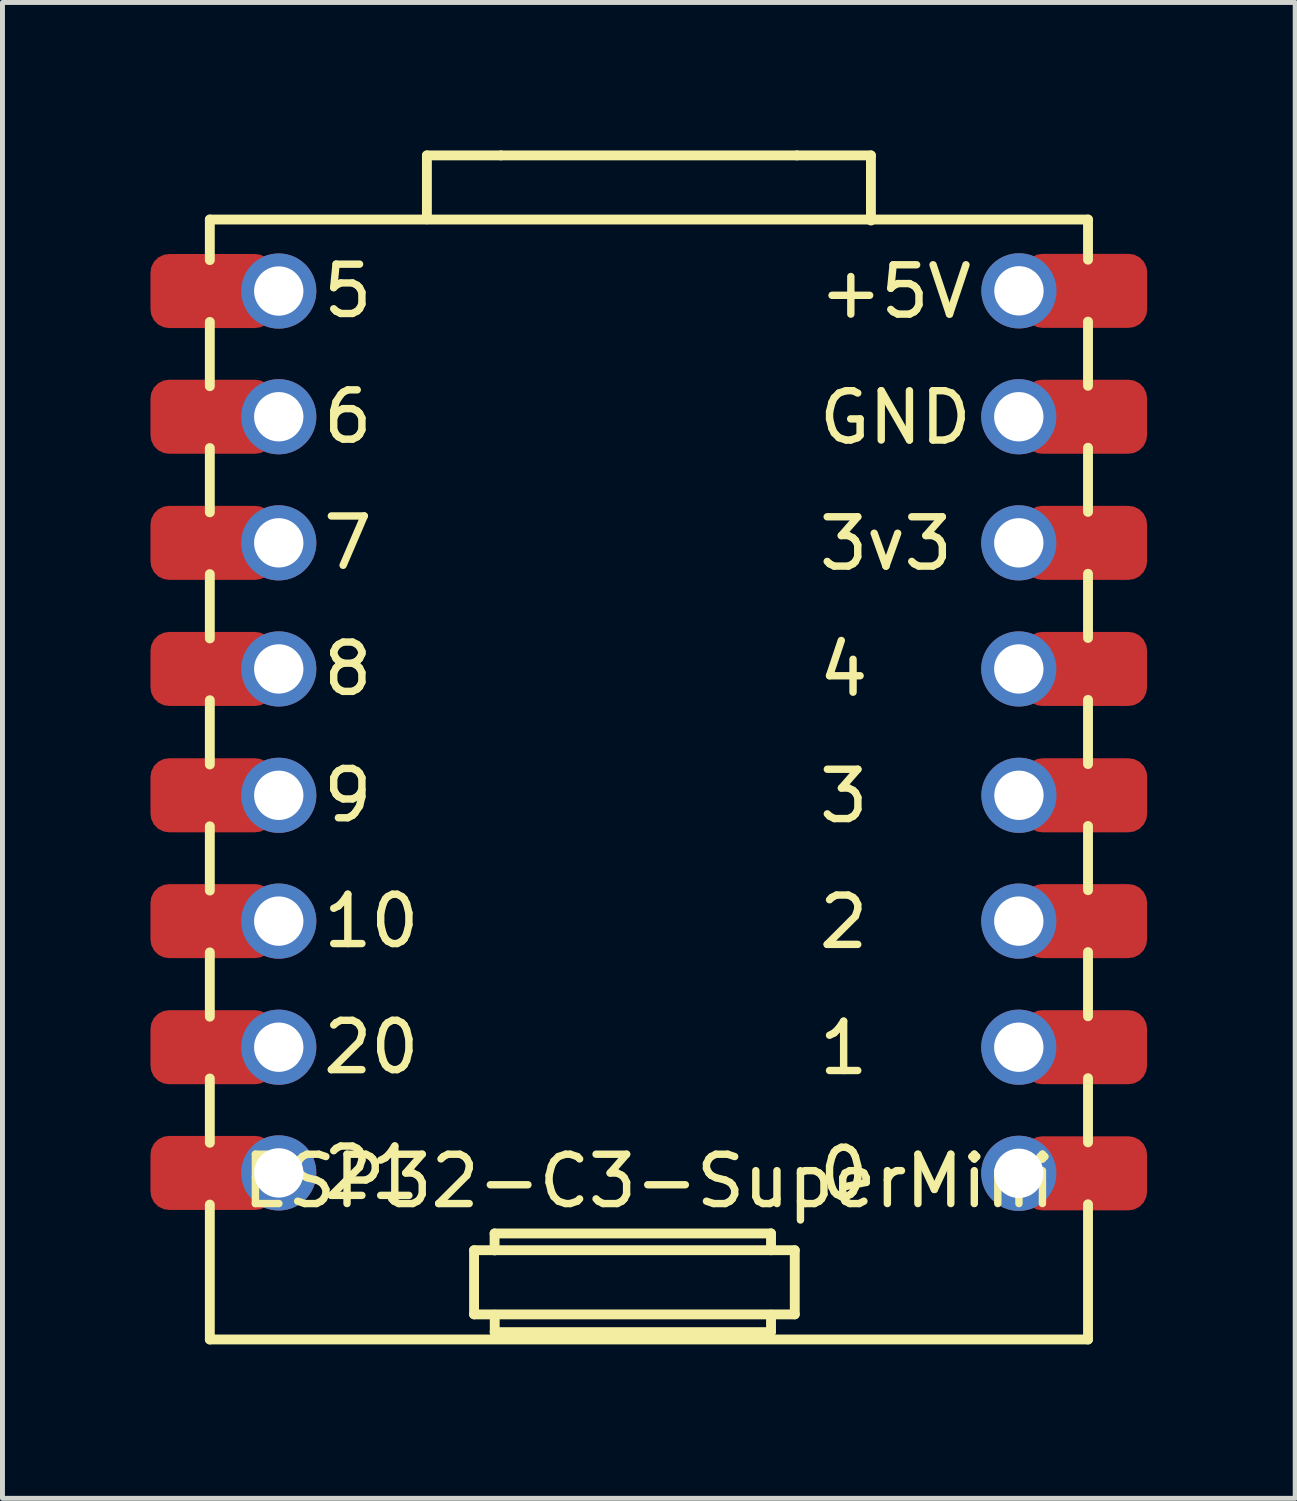
<source format=kicad_pcb>
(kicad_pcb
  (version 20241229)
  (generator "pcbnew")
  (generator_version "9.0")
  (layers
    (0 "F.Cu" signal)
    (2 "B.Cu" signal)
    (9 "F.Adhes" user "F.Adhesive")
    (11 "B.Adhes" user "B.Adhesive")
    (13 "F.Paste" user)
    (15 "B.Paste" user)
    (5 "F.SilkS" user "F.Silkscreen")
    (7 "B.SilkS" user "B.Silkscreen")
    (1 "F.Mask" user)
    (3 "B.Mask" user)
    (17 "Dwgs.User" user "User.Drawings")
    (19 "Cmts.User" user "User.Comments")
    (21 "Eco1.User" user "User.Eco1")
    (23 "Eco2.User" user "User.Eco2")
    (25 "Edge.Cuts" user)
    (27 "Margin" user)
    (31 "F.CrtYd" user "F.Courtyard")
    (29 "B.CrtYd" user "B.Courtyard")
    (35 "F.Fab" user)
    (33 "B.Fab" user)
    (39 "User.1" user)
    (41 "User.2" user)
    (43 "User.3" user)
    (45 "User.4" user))
  (footprint "ESP32-C3-SuperMini"
    (layer "F.Cu")
    (at 10.103 24.07)
    (property "Reference" "ESP32-C3-SuperMini" (at 0 -3.18 0) (unlocked yes) (layer "F.SilkS") (effects (font (size 1 1) (thickness 0.15))))
    (attr through_hole exclude_from_pos_files)
    (fp_line (start -8.9 -22.67) (end 8.9 -22.67) (stroke (width 0.2) (type solid)) (layer "F.SilkS"))
    (fp_line (start -8.9 -21.848) (end -8.9 -22.67) (stroke (width 0.2) (type solid)) (layer "F.SilkS"))
    (fp_line (start -8.9 -19.292) (end -8.9 -20.595) (stroke (width 0.2) (type solid)) (layer "F.SilkS"))
    (fp_line (start -8.9 -16.736) (end -8.9 -18.039) (stroke (width 0.2) (type solid)) (layer "F.SilkS"))
    (fp_line (start -8.9 -14.18) (end -8.9 -15.483) (stroke (width 0.2) (type solid)) (layer "F.SilkS"))
    (fp_line (start -8.9 -11.625) (end -8.9 -12.927) (stroke (width 0.2) (type solid)) (layer "F.SilkS"))
    (fp_line (start -8.9 -9.069) (end -8.9 -10.372) (stroke (width 0.2) (type solid)) (layer "F.SilkS"))
    (fp_line (start -8.9 -6.513) (end -8.9 -7.816) (stroke (width 0.2) (type solid)) (layer "F.SilkS"))
    (fp_line (start -8.9 -3.957) (end -8.9 -5.26) (stroke (width 0.2) (type solid)) (layer "F.SilkS"))
    (fp_line (start -8.9 0.03) (end -8.9 -2.704) (stroke (width 0.2) (type solid)) (layer "F.SilkS"))
    (fp_line (start -4.5 -23.97) (end -3 -23.97) (stroke (width 0.2) (type solid)) (layer "F.SilkS"))
    (fp_line (start -4.5 -22.675) (end -4.5 -23.97) (stroke (width 0.2) (type solid)) (layer "F.SilkS"))
    (fp_line (start -3.544 -1.779) (end 2.956 -1.779) (stroke (width 0.2) (type solid)) (layer "F.SilkS"))
    (fp_line (start -3.544 -0.479) (end -3.544 -1.779) (stroke (width 0.2) (type solid)) (layer "F.SilkS"))
    (fp_line (start -3.128 -2.119) (end 2.472 -2.119) (stroke (width 0.2) (type solid)) (layer "F.SilkS"))
    (fp_line (start -3.128 -1.775) (end -3.128 -2.119) (stroke (width 0.2) (type solid)) (layer "F.SilkS"))
    (fp_line (start -3.125 -0.128) (end -3.125 -0.472) (stroke (width 0.2) (type solid)) (layer "F.SilkS"))
    (fp_line (start -3 -23.97) (end 3 -23.97) (stroke (width 0.2) (type solid)) (layer "F.SilkS"))
    (fp_line (start 2.472 -0.119) (end -3.128 -0.119) (stroke (width 0.2) (type solid)) (layer "F.SilkS"))
    (fp_line (start 2.475 -1.778) (end 2.475 -2.122) (stroke (width 0.2) (type solid)) (layer "F.SilkS"))
    (fp_line (start 2.475 -0.128) (end 2.475 -0.472) (stroke (width 0.2) (type solid)) (layer "F.SilkS"))
    (fp_line (start 2.956 -1.779) (end 2.956 -0.479) (stroke (width 0.2) (type solid)) (layer "F.SilkS"))
    (fp_line (start 2.956 -0.479) (end -3.544 -0.479) (stroke (width 0.2) (type solid)) (layer "F.SilkS"))
    (fp_line (start 3 -23.97) (end 4.5 -23.97) (stroke (width 0.2) (type solid)) (layer "F.SilkS"))
    (fp_line (start 4.5 -23.97) (end 4.5 -22.65) (stroke (width 0.2) (type solid)) (layer "F.SilkS"))
    (fp_line (start 8.9 -22.67) (end 8.9 -21.856) (stroke (width 0.2) (type solid)) (layer "F.SilkS"))
    (fp_line (start 8.9 -20.601) (end 8.9 -19.301) (stroke (width 0.2) (type solid)) (layer "F.SilkS"))
    (fp_line (start 8.9 -18.045) (end 8.9 -16.745) (stroke (width 0.2) (type solid)) (layer "F.SilkS"))
    (fp_line (start 8.9 -15.49) (end 8.9 -14.189) (stroke (width 0.2) (type solid)) (layer "F.SilkS"))
    (fp_line (start 8.9 -12.934) (end 8.9 -11.633) (stroke (width 0.2) (type solid)) (layer "F.SilkS"))
    (fp_line (start 8.9 -10.378) (end 8.9 -9.077) (stroke (width 0.2) (type solid)) (layer "F.SilkS"))
    (fp_line (start 8.9 -7.822) (end 8.9 -6.521) (stroke (width 0.2) (type solid)) (layer "F.SilkS"))
    (fp_line (start 8.9 -5.266) (end 8.9 -3.966) (stroke (width 0.2) (type solid)) (layer "F.SilkS"))
    (fp_line (start 8.9 -2.71) (end 8.9 0.03) (stroke (width 0.2) (type solid)) (layer "F.SilkS"))
    (fp_line (start 8.9 0.03) (end -8.9 0.03) (stroke (width 0.2) (type solid)) (layer "F.SilkS"))
    (fp_text user "5" (at -6.678 -21.221 180) (layer "F.SilkS") (effects (font (size 1 1) (thickness 0.15)) (justify left)))
    (fp_text user "8" (at -6.678 -13.561 180) (layer "F.SilkS") (effects (font (size 1 1) (thickness 0.15)) (justify left)))
    (fp_text user "21" (at -6.678 -3.346 180) (layer "F.SilkS") (effects (font (size 1 1) (thickness 0.15)) (justify left)))
    (fp_text user "+5V" (at 3.375 -20.623 0) (unlocked yes) (layer "F.SilkS") (effects (font (size 1 1) (thickness 0.15)) (justify left bottom)))
    (fp_text user "10" (at -6.678 -8.45 180) (layer "F.SilkS") (effects (font (size 1 1) (thickness 0.15)) (justify left)))
    (fp_text user "4" (at 3.372 -12.96 0) (unlocked yes) (layer "F.SilkS") (effects (font (size 1 1) (thickness 0.15)) (justify left bottom)))
    (fp_text user "20" (at -6.678 -5.894 180) (layer "F.SilkS") (effects (font (size 1 1) (thickness 0.15)) (justify left)))
    (fp_text user "9" (at -6.678 -11 180) (layer "F.SilkS") (effects (font (size 1 1) (thickness 0.15)) (justify left)))
    (fp_text user "0" (at 3.372 -2.736 0) (unlocked yes) (layer "F.SilkS") (effects (font (size 1 1) (thickness 0.15)) (justify left bottom)))
    (fp_text user "3" (at 3.375 -10.398 0) (unlocked yes) (layer "F.SilkS") (effects (font (size 1 1) (thickness 0.15)) (justify left bottom)))
    (fp_text user "7" (at -6.678 -16.117 180) (layer "F.SilkS") (effects (font (size 1 1) (thickness 0.15)) (justify left)))
    (fp_text user "GND" (at 3.372 -18.071 0) (unlocked yes) (layer "F.SilkS") (effects (font (size 1 1) (thickness 0.15)) (justify left bottom)))
    (fp_text user "1" (at 3.372 -5.292 0) (unlocked yes) (layer "F.SilkS") (effects (font (size 1 1) (thickness 0.15)) (justify left bottom)))
    (fp_text user "2" (at 3.372 -7.848 0) (unlocked yes) (layer "F.SilkS") (effects (font (size 1 1) (thickness 0.15)) (justify left bottom)))
    (fp_text user "6" (at -6.678 -18.673 180) (layer "F.SilkS") (effects (font (size 1 1) (thickness 0.15)) (justify left)))
    (fp_text user "3v3" (at 3.372 -15.515 0) (unlocked yes) (layer "F.SilkS") (effects (font (size 1 1) (thickness 0.15)) (justify left bottom)))
    (pad "1" smd roundrect (at -8.853 -21.221 270) (size 1.5 2.5) (layers "F.Cu" "F.Mask" "F.Paste") (roundrect_rratio 0.25))
    (pad "1" thru_hole circle (at -7.503 -21.221 180) (size 1.524 1.524) (drill 1) (layers "*.Cu" "*.Mask"))
    (pad "2" thru_hole circle (at 7.5 -21.225) (size 1.524 1.524) (drill 1) (layers "*.Cu" "*.Mask"))
    (pad "2" smd roundrect (at 8.85 -21.225 90) (size 1.5 2.5) (layers "F.Cu" "F.Mask" "F.Paste") (roundrect_rratio 0.25))
    (pad "3" smd roundrect (at -8.853 -18.673 270) (size 1.5 2.5) (layers "F.Cu" "F.Mask" "F.Paste") (roundrect_rratio 0.25))
    (pad "3" thru_hole circle (at -7.503 -18.673 180) (size 1.524 1.524) (drill 1) (layers "*.Cu" "*.Mask"))
    (pad "4" thru_hole circle (at 7.497 -18.673) (size 1.524 1.524) (drill 1) (layers "*.Cu" "*.Mask"))
    (pad "4" smd roundrect (at 8.847 -18.673 90) (size 1.5 2.5) (layers "F.Cu" "F.Mask" "F.Paste") (roundrect_rratio 0.25))
    (pad "5" smd roundrect (at -8.853 -16.117 270) (size 1.5 2.5) (layers "F.Cu" "F.Mask" "F.Paste") (roundrect_rratio 0.25))
    (pad "5" thru_hole circle (at -7.503 -16.117 180) (size 1.524 1.524) (drill 1) (layers "*.Cu" "*.Mask"))
    (pad "6" thru_hole circle (at 7.497 -16.117) (size 1.524 1.524) (drill 1) (layers "*.Cu" "*.Mask"))
    (pad "6" smd roundrect (at 8.847 -16.117 90) (size 1.5 2.5) (layers "F.Cu" "F.Mask" "F.Paste") (roundrect_rratio 0.25))
    (pad "7" smd roundrect (at -8.853 -13.561 270) (size 1.5 2.5) (layers "F.Cu" "F.Mask" "F.Paste") (roundrect_rratio 0.25))
    (pad "7" thru_hole circle (at -7.503 -13.561 180) (size 1.524 1.524) (drill 1) (layers "*.Cu" "*.Mask"))
    (pad "8" thru_hole circle (at 7.497 -13.561) (size 1.524 1.524) (drill 1) (layers "*.Cu" "*.Mask"))
    (pad "8" smd roundrect (at 8.847 -13.561 90) (size 1.5 2.5) (layers "F.Cu" "F.Mask" "F.Paste") (roundrect_rratio 0.25))
    (pad "9" smd roundrect (at -8.853 -11 270) (size 1.5 2.5) (layers "F.Cu" "F.Mask" "F.Paste") (roundrect_rratio 0.25))
    (pad "9" thru_hole circle (at -7.503 -11 180) (size 1.524 1.524) (drill 1) (layers "*.Cu" "*.Mask"))
    (pad "10" thru_hole circle (at 7.5 -11) (size 1.524 1.524) (drill 1) (layers "*.Cu" "*.Mask"))
    (pad "10" smd roundrect (at 8.85 -11 90) (size 1.5 2.5) (layers "F.Cu" "F.Mask" "F.Paste") (roundrect_rratio 0.25))
    (pad "11" smd roundrect (at -8.853 -8.45 270) (size 1.5 2.5) (layers "F.Cu" "F.Mask" "F.Paste") (roundrect_rratio 0.25))
    (pad "11" thru_hole circle (at -7.503 -8.45 180) (size 1.524 1.524) (drill 1) (layers "*.Cu" "*.Mask"))
    (pad "12" thru_hole circle (at 7.497 -8.45) (size 1.524 1.524) (drill 1) (layers "*.Cu" "*.Mask"))
    (pad "12" smd roundrect (at 8.847 -8.45 90) (size 1.5 2.5) (layers "F.Cu" "F.Mask" "F.Paste") (roundrect_rratio 0.25))
    (pad "13" smd roundrect (at -8.853 -5.894 270) (size 1.5 2.5) (layers "F.Cu" "F.Mask" "F.Paste") (roundrect_rratio 0.25))
    (pad "13" thru_hole circle (at -7.503 -5.894 180) (size 1.524 1.524) (drill 1) (layers "*.Cu" "*.Mask"))
    (pad "14" thru_hole circle (at 7.497 -5.894) (size 1.524 1.524) (drill 1) (layers "*.Cu" "*.Mask"))
    (pad "14" smd roundrect (at 8.847 -5.894 90) (size 1.5 2.5) (layers "F.Cu" "F.Mask" "F.Paste") (roundrect_rratio 0.25))
    (pad "15" smd roundrect (at -8.853 -3.346 270) (size 1.5 2.5) (layers "F.Cu" "F.Mask" "F.Paste") (roundrect_rratio 0.25))
    (pad "15" thru_hole circle (at -7.503 -3.346 180) (size 1.524 1.524) (drill 1) (layers "*.Cu" "*.Mask"))
    (pad "16" thru_hole circle (at 7.497 -3.338) (size 1.524 1.524) (drill 1) (layers "*.Cu" "*.Mask"))
    (pad "16" smd roundrect (at 8.847 -3.338 90) (size 1.5 2.5) (layers "F.Cu" "F.Mask" "F.Paste") (roundrect_rratio 0.25))
    (zone (net_name "") (layers "F.Cu" "B.Cu") (name "ANT") (hatch edge 0.5) (connect_pads) (min_thickness 0.25) (filled_areas_thickness no) (keepout (tracks not_allowed) (vias not_allowed) (pads not_allowed) (copperpour not_allowed) (footprints not_allowed)) (placement (enabled no)) (fill) (polygon (pts (xy 6.106 24.195) (xy 6.116 21.474) (xy 13.623 21.487) (xy 13.623 24.195)))))
  (gr_rect
    (start -3 -3)
    (end 23.203 27.32)
    (stroke (width 0.1) (type default))
    (fill no)
    (layer "Edge.Cuts")))
</source>
